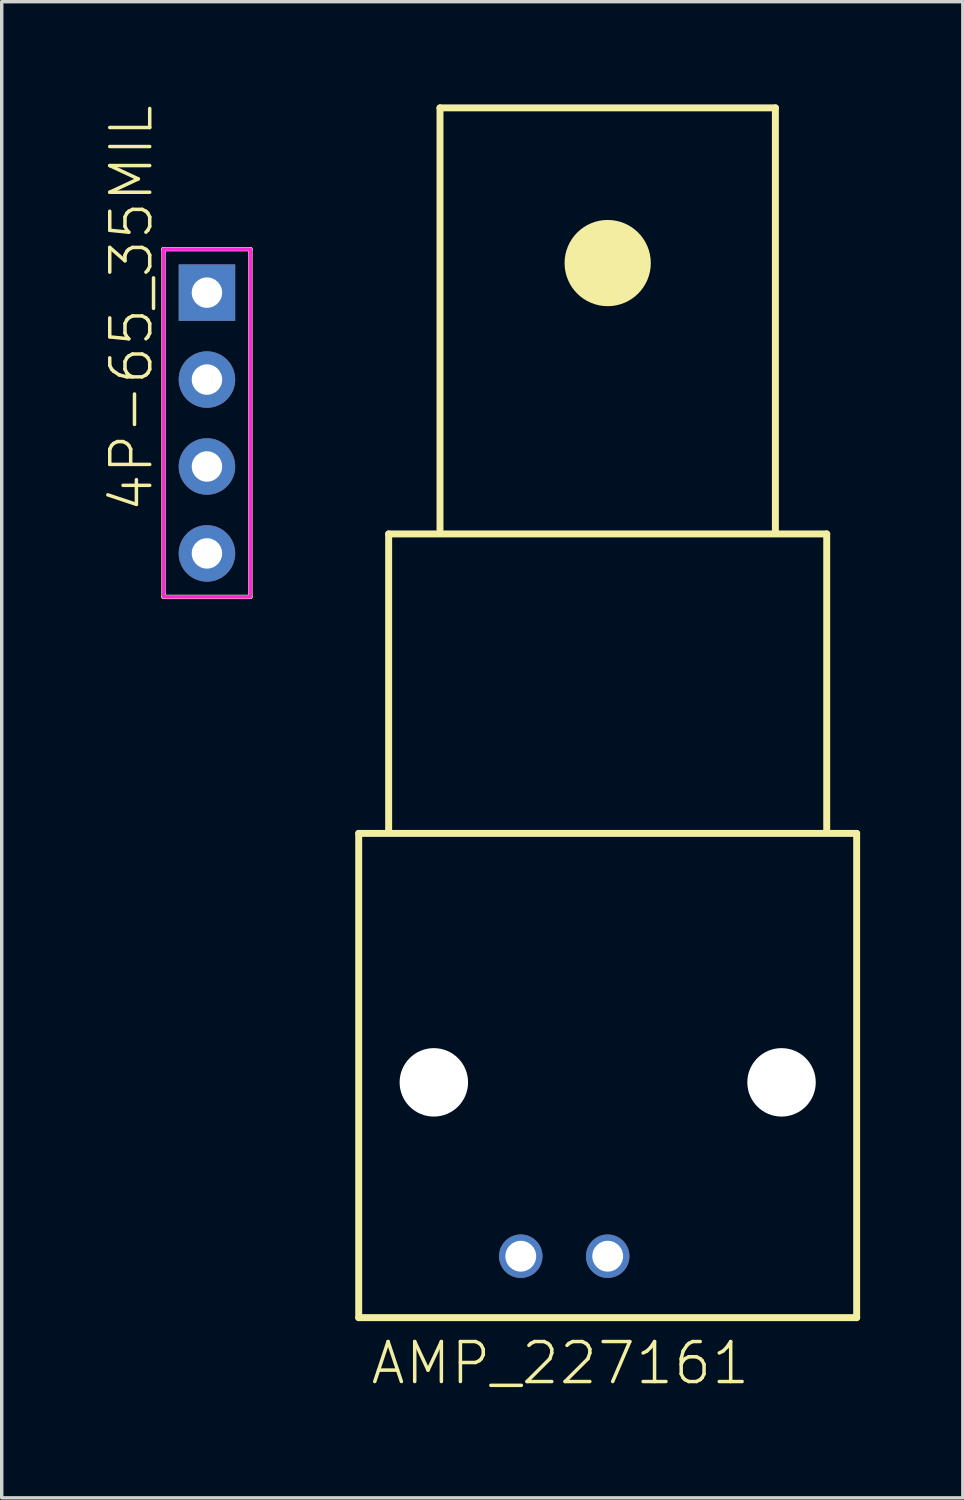
<source format=kicad_pcb>
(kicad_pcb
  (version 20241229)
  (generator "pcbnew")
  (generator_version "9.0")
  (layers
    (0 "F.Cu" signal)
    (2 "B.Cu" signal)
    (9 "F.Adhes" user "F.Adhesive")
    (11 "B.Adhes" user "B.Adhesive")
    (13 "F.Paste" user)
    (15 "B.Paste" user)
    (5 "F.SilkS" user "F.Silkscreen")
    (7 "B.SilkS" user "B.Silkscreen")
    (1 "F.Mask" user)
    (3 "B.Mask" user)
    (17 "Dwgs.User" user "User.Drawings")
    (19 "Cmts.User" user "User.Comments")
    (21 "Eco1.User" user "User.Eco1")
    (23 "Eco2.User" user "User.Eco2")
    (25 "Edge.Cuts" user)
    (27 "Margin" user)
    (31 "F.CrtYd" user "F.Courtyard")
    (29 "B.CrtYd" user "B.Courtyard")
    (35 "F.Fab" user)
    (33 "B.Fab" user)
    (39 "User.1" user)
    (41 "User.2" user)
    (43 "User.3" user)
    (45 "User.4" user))
  (footprint "AMP_227161"
    (layer "F.Cu")
    (at 14.707 28.577)
    (property "Reference" "AMP_227161" (at -6.985 8.89 0) (layer "F.SilkS") (effects (font (size 1.168 1.168) (thickness 0.102)) (justify left bottom)))
    (fp_line (start -7.275 -7.275) (end -7.275 6.875) (stroke (width 0.203) (type solid)) (layer "F.SilkS"))
    (fp_line (start -7.275 6.875) (end 7.275 6.875) (stroke (width 0.203) (type solid)) (layer "F.SilkS"))
    (fp_line (start -6.4 -16.025) (end 6.4 -16.025) (stroke (width 0.203) (type solid)) (layer "F.SilkS"))
    (fp_line (start -6.4 -7.375) (end -6.4 -16.025) (stroke (width 0.203) (type solid)) (layer "F.SilkS"))
    (fp_line (start -4.9 -28.475) (end 4.9 -28.475) (stroke (width 0.203) (type solid)) (layer "F.SilkS"))
    (fp_line (start -4.9 -16.15) (end -4.9 -28.475) (stroke (width 0.203) (type solid)) (layer "F.SilkS"))
    (fp_line (start 4.9 -28.475) (end 4.9 -16.125) (stroke (width 0.203) (type solid)) (layer "F.SilkS"))
    (fp_line (start 6.4 -16.025) (end 6.4 -7.35) (stroke (width 0.203) (type solid)) (layer "F.SilkS"))
    (fp_line (start 7.275 -7.275) (end -7.275 -7.275) (stroke (width 0.203) (type solid)) (layer "F.SilkS"))
    (fp_line (start 7.275 6.875) (end 7.275 -7.275) (stroke (width 0.203) (type solid)) (layer "F.SilkS"))
    (fp_circle (center 0 -23.94) (end 0.63 -23.94) (stroke (width 1.26) (type solid)) (fill yes) (layer "F.SilkS"))
    (pad "" np_thru_hole circle (at -5.08 0) (size 2 2) (drill 2) (layers "*.Cu" "*.Mask"))
    (pad "" np_thru_hole circle (at 5.08 0) (size 2 2) (drill 2) (layers "*.Cu" "*.Mask"))
    (pad "1" thru_hole circle (at 0 5.08) (size 1.27 1.27) (drill 0.9) (layers "*.Cu" "*.Mask"))
    (pad "2" thru_hole circle (at -2.54 5.08) (size 1.27 1.27) (drill 0.9) (layers "*.Cu" "*.Mask")))
  (footprint "4P-65_35MIL"
    (layer "F.Cu")
    (at 2.997 9.311)
    (property "Reference" "4P-65_35MIL" (at -1.524 2.667 90) (layer "F.SilkS") (effects (font (size 1.168 1.168) (thickness 0.102)) (justify left bottom)))
    (fp_line (start -1.27 -5.08) (end 1.27 -5.08) (stroke (width 0.127) (type solid)) (layer "F.SilkS"))
    (fp_line (start -1.27 5.08) (end -1.27 -5.08) (stroke (width 0.127) (type solid)) (layer "F.SilkS"))
    (fp_line (start 1.27 -5.08) (end 1.27 5.08) (stroke (width 0.127) (type solid)) (layer "F.SilkS"))
    (fp_line (start 1.27 5.08) (end -1.27 5.08) (stroke (width 0.127) (type solid)) (layer "F.SilkS"))
    (fp_line (start -1.27 -5.08) (end 1.27 -5.08) (stroke (width 0.05) (type solid)) (layer "F.CrtYd"))
    (fp_line (start -1.27 5.08) (end -1.27 -5.08) (stroke (width 0.05) (type solid)) (layer "F.CrtYd"))
    (fp_line (start 1.27 -5.08) (end 1.27 5.08) (stroke (width 0.05) (type solid)) (layer "F.CrtYd"))
    (fp_line (start 1.27 5.08) (end -1.27 5.08) (stroke (width 0.05) (type solid)) (layer "F.CrtYd"))
    (fp_poly (pts (xy -1.27 5.08) (xy 1.27 5.08) (xy 1.27 -5.08) (xy -1.27 -5.08)) (stroke (width 0.1) (type default)) (fill no) (layer "F.CrtYd"))
    (pad "1" thru_hole rect (at 0 -3.81) (size 1.651 1.651) (drill 0.889) (layers "*.Cu" "*.Mask"))
    (pad "2" thru_hole circle (at 0 -1.27) (size 1.651 1.651) (drill 0.889) (layers "*.Cu" "*.Mask"))
    (pad "3" thru_hole circle (at 0 1.27) (size 1.651 1.651) (drill 0.889) (layers "*.Cu" "*.Mask"))
    (pad "4" thru_hole circle (at 0 3.81) (size 1.651 1.651) (drill 0.889) (layers "*.Cu" "*.Mask")))
  (gr_rect
    (start -3 -3)
    (end 25.084 40.717)
    (stroke (width 0.1) (type default))
    (fill no)
    (layer "Edge.Cuts")))
</source>
